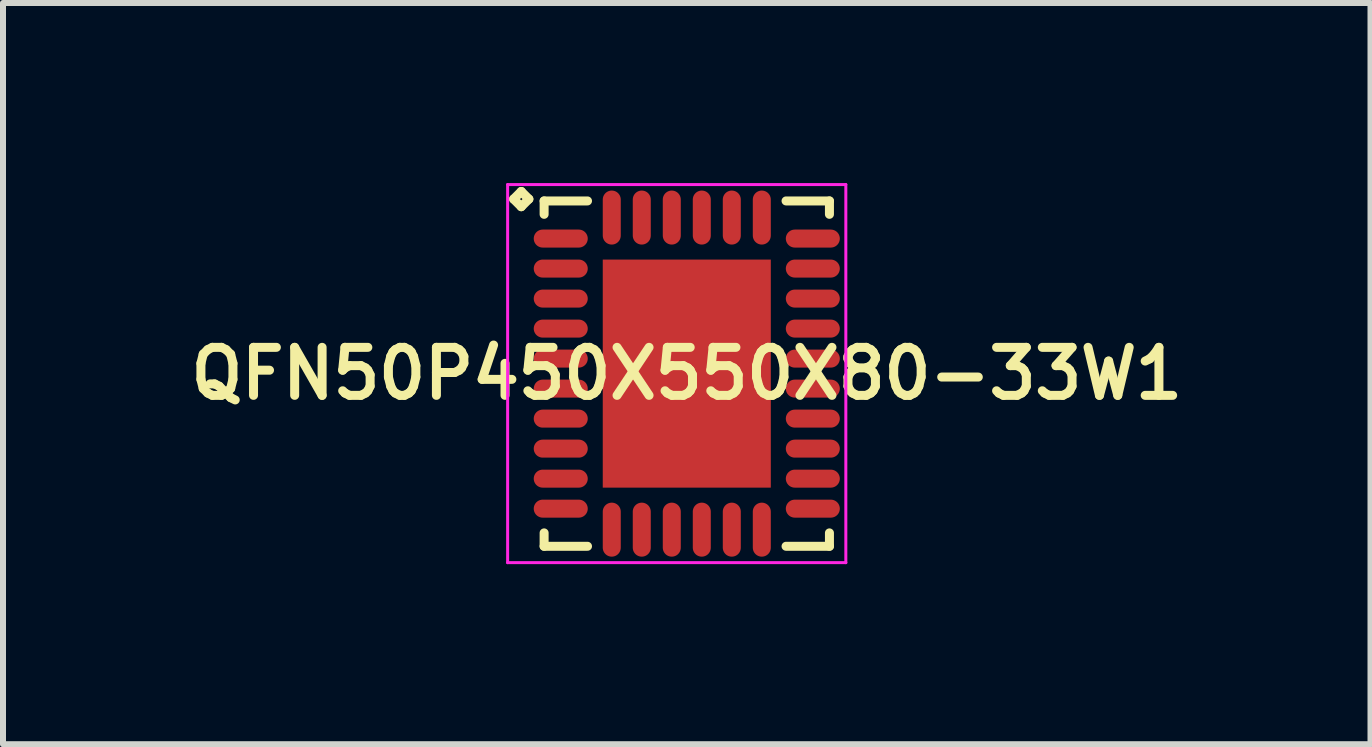
<source format=kicad_pcb>
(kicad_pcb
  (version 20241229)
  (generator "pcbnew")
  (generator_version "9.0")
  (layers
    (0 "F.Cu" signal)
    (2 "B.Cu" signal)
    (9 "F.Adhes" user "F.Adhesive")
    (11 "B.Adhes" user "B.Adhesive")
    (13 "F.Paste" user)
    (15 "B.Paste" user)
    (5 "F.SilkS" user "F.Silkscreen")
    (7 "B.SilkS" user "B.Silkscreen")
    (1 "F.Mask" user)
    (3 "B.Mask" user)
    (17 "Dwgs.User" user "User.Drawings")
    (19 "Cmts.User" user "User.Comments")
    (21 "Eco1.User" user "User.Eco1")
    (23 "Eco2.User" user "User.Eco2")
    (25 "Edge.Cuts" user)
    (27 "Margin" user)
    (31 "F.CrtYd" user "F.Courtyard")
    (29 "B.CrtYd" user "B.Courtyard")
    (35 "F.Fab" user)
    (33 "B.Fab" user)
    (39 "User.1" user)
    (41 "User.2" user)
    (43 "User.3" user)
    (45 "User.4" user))
  (footprint "QFN50P450X550X80-33W1"
    (layer "F.Cu")
    (at 8.393 3.175)
    (property "Reference" "QFN50P450X550X80-33W1" (at 0 0 0) (layer "F.SilkS") (effects (font (size 0.8 0.8) (thickness 0.15))))
    (attr smd)
    (fp_line (start -2.885 -2.908) (end -2.758 -3.035) (stroke (width 0.15) (type solid)) (layer "F.SilkS"))
    (fp_line (start -2.758 -3.035) (end -2.631 -2.908) (stroke (width 0.15) (type solid)) (layer "F.SilkS"))
    (fp_line (start -2.758 -2.781) (end -2.885 -2.908) (stroke (width 0.15) (type solid)) (layer "F.SilkS"))
    (fp_line (start -2.631 -2.908) (end -2.758 -2.781) (stroke (width 0.15) (type solid)) (layer "F.SilkS"))
    (fp_line (start -2.377 -2.877) (end -1.654 -2.877) (stroke (width 0.15) (type solid)) (layer "F.SilkS"))
    (fp_line (start -2.377 -2.654) (end -2.377 -2.877) (stroke (width 0.15) (type solid)) (layer "F.SilkS"))
    (fp_line (start -2.377 2.654) (end -2.377 2.877) (stroke (width 0.15) (type solid)) (layer "F.SilkS"))
    (fp_line (start -2.377 2.877) (end -1.654 2.877) (stroke (width 0.15) (type solid)) (layer "F.SilkS"))
    (fp_line (start 1.654 -2.877) (end 2.377 -2.877) (stroke (width 0.15) (type solid)) (layer "F.SilkS"))
    (fp_line (start 1.654 2.877) (end 2.377 2.877) (stroke (width 0.15) (type solid)) (layer "F.SilkS"))
    (fp_line (start 2.377 -2.877) (end 2.377 -2.654) (stroke (width 0.15) (type solid)) (layer "F.SilkS"))
    (fp_line (start 2.377 2.877) (end 2.377 2.654) (stroke (width 0.15) (type solid)) (layer "F.SilkS"))
    (fp_line (start -2.985 -3.15) (end 2.65 -3.15) (stroke (width 0.05) (type solid)) (layer "F.CrtYd"))
    (fp_line (start -2.985 3.15) (end -2.985 -3.15) (stroke (width 0.05) (type solid)) (layer "F.CrtYd"))
    (fp_line (start 2.65 -3.15) (end 2.65 3.15) (stroke (width 0.05) (type solid)) (layer "F.CrtYd"))
    (fp_line (start 2.65 3.15) (end -2.985 3.15) (stroke (width 0.05) (type solid)) (layer "F.CrtYd"))
    (pad "1" smd oval (at -2.1 -2.25) (size 0.9 0.3) (layers "F.Cu" "F.Mask" "F.Paste"))
    (pad "2" smd oval (at -2.1 -1.75) (size 0.9 0.3) (layers "F.Cu" "F.Mask" "F.Paste"))
    (pad "3" smd oval (at -2.1 -1.25) (size 0.9 0.3) (layers "F.Cu" "F.Mask" "F.Paste"))
    (pad "4" smd oval (at -2.1 -0.75) (size 0.9 0.3) (layers "F.Cu" "F.Mask" "F.Paste"))
    (pad "5" smd oval (at -2.1 -0.25) (size 0.9 0.3) (layers "F.Cu" "F.Mask" "F.Paste"))
    (pad "6" smd oval (at -2.1 0.25) (size 0.9 0.3) (layers "F.Cu" "F.Mask" "F.Paste"))
    (pad "7" smd oval (at -2.1 0.75) (size 0.9 0.3) (layers "F.Cu" "F.Mask" "F.Paste"))
    (pad "8" smd oval (at -2.1 1.25) (size 0.9 0.3) (layers "F.Cu" "F.Mask" "F.Paste"))
    (pad "9" smd oval (at -2.1 1.75) (size 0.9 0.3) (layers "F.Cu" "F.Mask" "F.Paste"))
    (pad "10" smd oval (at -2.1 2.25) (size 0.9 0.3) (layers "F.Cu" "F.Mask" "F.Paste"))
    (pad "11" smd oval (at -1.25 2.6) (size 0.3 0.9) (layers "F.Cu" "F.Mask" "F.Paste"))
    (pad "12" smd oval (at -0.75 2.6) (size 0.3 0.9) (layers "F.Cu" "F.Mask" "F.Paste"))
    (pad "13" smd oval (at -0.25 2.6) (size 0.3 0.9) (layers "F.Cu" "F.Mask" "F.Paste"))
    (pad "14" smd oval (at 0.25 2.6) (size 0.3 0.9) (layers "F.Cu" "F.Mask" "F.Paste"))
    (pad "15" smd oval (at 0.75 2.6) (size 0.3 0.9) (layers "F.Cu" "F.Mask" "F.Paste"))
    (pad "16" smd oval (at 1.25 2.6) (size 0.3 0.9) (layers "F.Cu" "F.Mask" "F.Paste"))
    (pad "17" smd oval (at 2.1 2.25) (size 0.9 0.3) (layers "F.Cu" "F.Mask" "F.Paste"))
    (pad "18" smd oval (at 2.1 1.75) (size 0.9 0.3) (layers "F.Cu" "F.Mask" "F.Paste"))
    (pad "19" smd oval (at 2.1 1.25) (size 0.9 0.3) (layers "F.Cu" "F.Mask" "F.Paste"))
    (pad "20" smd oval (at 2.1 0.75) (size 0.9 0.3) (layers "F.Cu" "F.Mask" "F.Paste"))
    (pad "21" smd oval (at 2.1 0.25) (size 0.9 0.3) (layers "F.Cu" "F.Mask" "F.Paste"))
    (pad "22" smd oval (at 2.1 -0.25) (size 0.9 0.3) (layers "F.Cu" "F.Mask" "F.Paste"))
    (pad "23" smd oval (at 2.1 -0.75) (size 0.9 0.3) (layers "F.Cu" "F.Mask" "F.Paste"))
    (pad "24" smd oval (at 2.1 -1.25) (size 0.9 0.3) (layers "F.Cu" "F.Mask" "F.Paste"))
    (pad "25" smd oval (at 2.1 -1.75) (size 0.9 0.3) (layers "F.Cu" "F.Mask" "F.Paste"))
    (pad "26" smd oval (at 2.1 -2.25) (size 0.9 0.3) (layers "F.Cu" "F.Mask" "F.Paste"))
    (pad "27" smd oval (at 1.25 -2.6) (size 0.3 0.9) (layers "F.Cu" "F.Mask" "F.Paste"))
    (pad "28" smd oval (at 0.75 -2.6) (size 0.3 0.9) (layers "F.Cu" "F.Mask" "F.Paste"))
    (pad "29" smd oval (at 0.25 -2.6) (size 0.3 0.9) (layers "F.Cu" "F.Mask" "F.Paste"))
    (pad "30" smd oval (at -0.25 -2.6) (size 0.3 0.9) (layers "F.Cu" "F.Mask" "F.Paste"))
    (pad "31" smd oval (at -0.75 -2.6) (size 0.3 0.9) (layers "F.Cu" "F.Mask" "F.Paste"))
    (pad "32" smd oval (at -1.25 -2.6) (size 0.3 0.9) (layers "F.Cu" "F.Mask" "F.Paste"))
    (pad "33" smd rect (at 0 0) (size 2.8 3.8) (layers "F.Cu" "F.Mask" "F.Paste")))
  (gr_rect
    (start -3 -3)
    (end 19.785 9.35)
    (stroke (width 0.1) (type default))
    (fill no)
    (layer "Edge.Cuts")))
</source>
